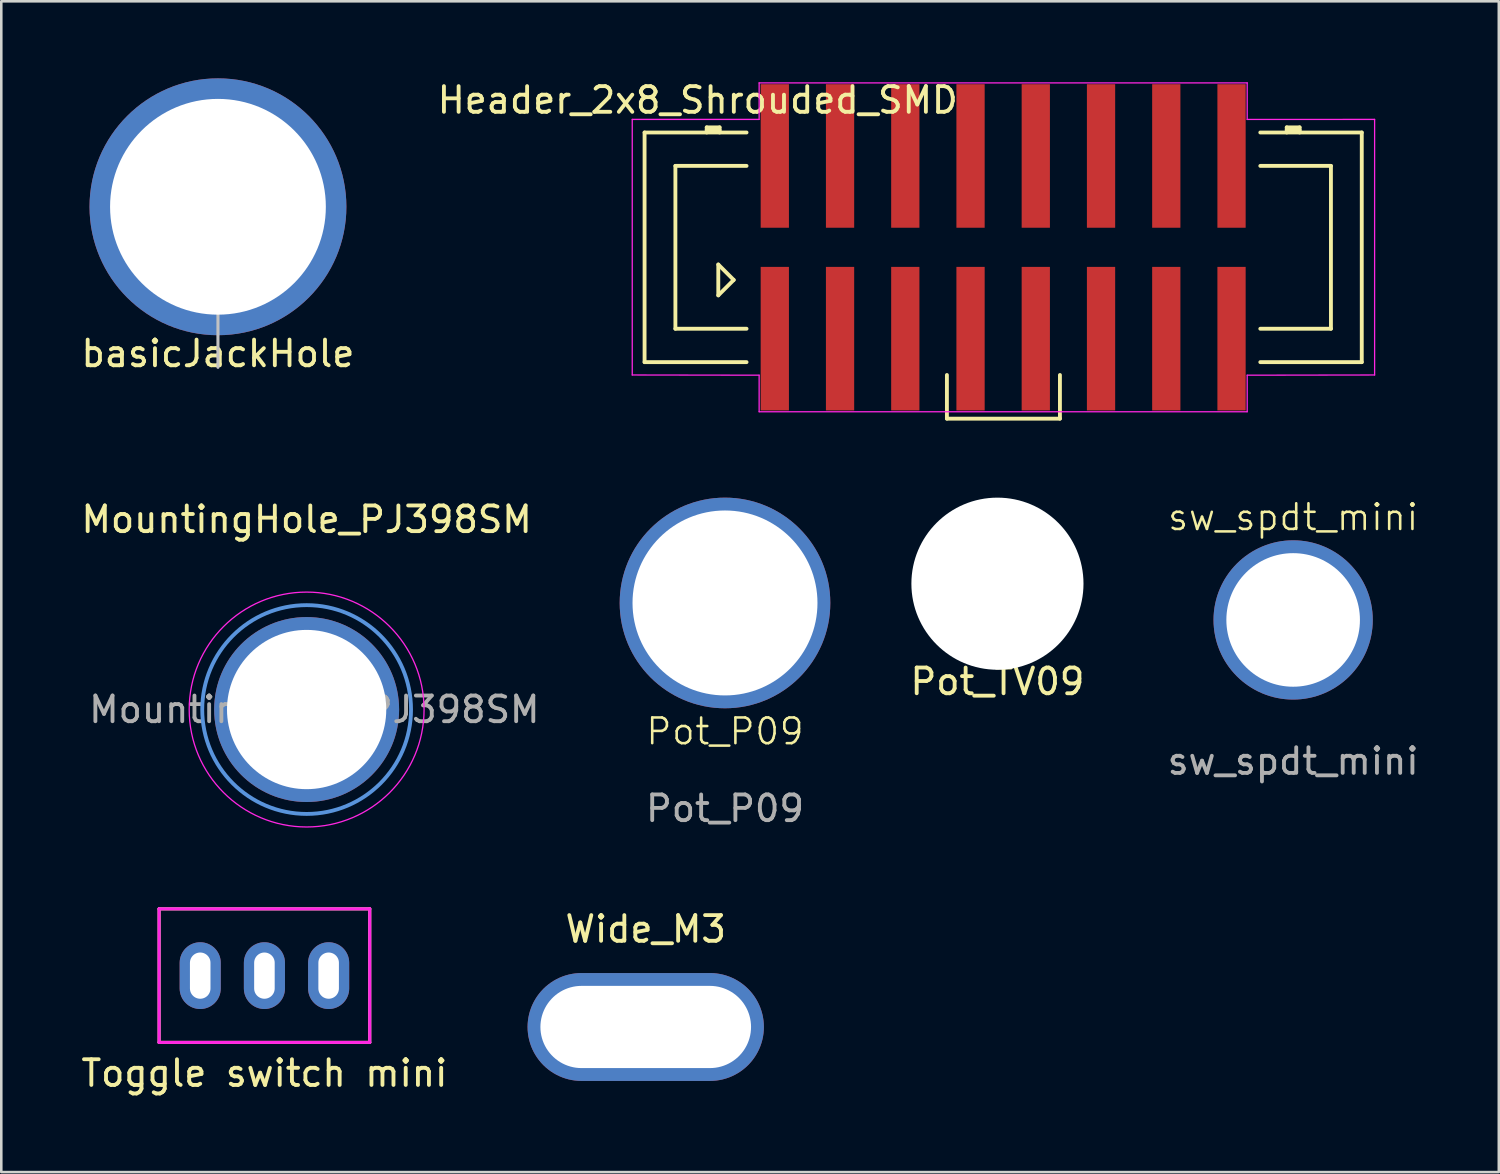
<source format=kicad_pcb>
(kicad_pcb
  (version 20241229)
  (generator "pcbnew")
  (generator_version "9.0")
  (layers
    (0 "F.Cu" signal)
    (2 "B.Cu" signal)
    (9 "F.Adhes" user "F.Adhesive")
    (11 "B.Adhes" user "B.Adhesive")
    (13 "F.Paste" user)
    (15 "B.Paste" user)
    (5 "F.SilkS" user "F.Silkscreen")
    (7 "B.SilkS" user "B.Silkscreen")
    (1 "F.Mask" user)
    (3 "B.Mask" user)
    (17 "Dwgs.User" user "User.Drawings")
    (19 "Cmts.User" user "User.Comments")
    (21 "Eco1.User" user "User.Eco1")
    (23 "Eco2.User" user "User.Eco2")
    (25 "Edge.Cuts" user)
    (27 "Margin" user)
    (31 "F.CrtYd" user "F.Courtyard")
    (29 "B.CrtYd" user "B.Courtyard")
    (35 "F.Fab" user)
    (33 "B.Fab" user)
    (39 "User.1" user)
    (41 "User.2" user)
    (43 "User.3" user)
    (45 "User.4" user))
  (footprint "Pot_P09"
    (layer "F.Cu")
    (at 25.174 20.423)
    (property "Reference" "Pot_P09" (at 0 5 0) (unlocked yes) (layer "F.SilkS") (effects (font (size 1 1) (thickness 0.1))))
    (fp_text user "${REFERENCE}" (at 0 8 0) (unlocked yes) (layer "F.Fab") (effects (font (size 1 1) (thickness 0.15))))
    (pad "1" thru_hole circle (at 0 0) (size 8.2 8.2) (drill 7.2) (layers "*.Cu" "*.Mask")))
  (footprint "Pot_TV09"
    (layer "F.Cu")
    (at 35.78 19.673)
    (property "Reference" "Pot_TV09" (at 0 3.81 0) (layer "F.SilkS") (effects (font (size 1 1) (thickness 0.15))))
    (attr through_hole)
    (pad "" np_thru_hole circle (at 0 0) (size 6.7 6.7) (drill 6.7) (layers "*.Cu" "*.Mask")))
  (footprint "MountingHole_PJ398SM"
    (layer "F.Cu")
    (at 8.887 24.572)
    (property "Reference" "MountingHole_PJ398SM" (at 0 -7.4 0) (layer "F.SilkS") (effects (font (size 1 1) (thickness 0.15))))
    (attr exclude_from_pos_files exclude_from_bom)
    (fp_circle (center 0 0) (end 4.064 0) (stroke (width 0.15) (type solid)) (fill no) (layer "Cmts.User"))
    (fp_circle (center 0 0) (end 4.572 0) (stroke (width 0.05) (type solid)) (fill no) (layer "F.CrtYd"))
    (fp_text user "${REFERENCE}" (at 0.3 0 0) (layer "F.Fab") (effects (font (size 1 1) (thickness 0.15))))
    (pad "1" thru_hole circle (at 0 0) (size 7.2 7.2) (drill 6.2) (layers "*.Cu" "*.Mask")))
  (footprint "Wide_M3"
    (layer "F.Cu")
    (at 22.088 36.93)
    (property "Reference" "Wide_M3" (at 0 -3.81 0) (layer "F.SilkS") (effects (font (size 1 1) (thickness 0.15))))
    (attr through_hole)
    (pad "1" thru_hole oval (at 0 0) (size 9.2 4.2) (drill oval 8.2 3.2) (layers "*.Cu" "*.Mask")))
  (footprint "Toggle switch mini"
    (layer "F.Cu")
    (at 7.244 34.931)
    (property "Reference" "Toggle switch mini" (at 0 3.8 0) (layer "F.SilkS") (effects (font (size 1 1) (thickness 0.15))))
    (attr through_hole)
    (fp_line (start -4.1 -2.6) (end -4.1 2.6) (stroke (width 0.12) (type solid)) (layer "F.SilkS"))
    (fp_line (start -4.1 2.6) (end 4.1 2.6) (stroke (width 0.12) (type solid)) (layer "F.SilkS"))
    (fp_line (start 4.1 -2.6) (end -4.1 -2.6) (stroke (width 0.12) (type solid)) (layer "F.SilkS"))
    (fp_line (start 4.1 2.6) (end 4.1 -2.6) (stroke (width 0.12) (type solid)) (layer "F.SilkS"))
    (fp_line (start -4.1 -2.6) (end -4.1 2.6) (stroke (width 0.12) (type solid)) (layer "F.CrtYd"))
    (fp_line (start -4.1 2.6) (end 4.1 2.6) (stroke (width 0.12) (type solid)) (layer "F.CrtYd"))
    (fp_line (start 4.1 -2.6) (end -4.1 -2.6) (stroke (width 0.12) (type solid)) (layer "F.CrtYd"))
    (fp_line (start 4.1 2.6) (end 4.1 -2.6) (stroke (width 0.12) (type solid)) (layer "F.CrtYd"))
    (pad "1" thru_hole oval (at -2.5 0) (size 1.6 2.6) (drill oval 0.8 1.8) (layers "*.Cu" "*.Mask"))
    (pad "2" thru_hole oval (at 0 0) (size 1.6 2.6) (drill oval 0.8 1.8) (layers "*.Cu" "*.Mask"))
    (pad "3" thru_hole oval (at 2.5 0) (size 1.6 2.6) (drill oval 0.8 1.8) (layers "*.Cu" "*.Mask")))
  (footprint "sw_spdt_mini"
    (layer "F.Cu")
    (at 47.292 21.084)
    (property "Reference" "sw_spdt_mini" (at 0 -4 0) (unlocked yes) (layer "F.SilkS") (effects (font (size 1 1) (thickness 0.1))))
    (fp_text user "${REFERENCE}" (at 0 5.5 0) (unlocked yes) (layer "F.Fab") (effects (font (size 1 1) (thickness 0.15))))
    (pad "1" thru_hole circle (at 0 0) (size 6.2 6.2) (drill 5.2) (layers "*.Cu" "*.Mask")))
  (footprint "basicJackHole"
    (layer "F.Cu")
    (at 5.435 5)
    (property "Reference" "basicJackHole" (at 0 5.715 0) (layer "F.SilkS") (effects (font (size 1 1) (thickness 0.15))))
    (attr through_hole)
    (fp_line (start 3.8 3.2) (end -3.7 3.2) (stroke (width 0.12) (type solid)) (layer "F.Mask"))
    (fp_line (start 0 0) (end 0 6.25) (stroke (width 0.12) (type solid)) (layer "Dwgs.User"))
    (fp_line (start 0 -0.635) (end 0 0.635) (stroke (width 0.12) (type solid)) (layer "F.Fab"))
    (fp_line (start 0.635 0) (end -0.635 0) (stroke (width 0.12) (type solid)) (layer "F.Fab"))
    (pad "1" thru_hole circle (at 0 0) (size 10 10) (drill 8.4) (layers "*.Cu" "*.Mask")))
  (footprint "Header_2x8_Shrouded_SMD"
    (layer "F.Cu")
    (at 27.113 7.848)
    (property "Reference" "Header_2x8_Shrouded_SMD" (at -3 -7 0) (layer "F.SilkS") (effects (font (size 1 1) (thickness 0.15))))
    (attr smd)
    (fp_line (start -5.07 -5.74) (end -1.1 -5.74) (stroke (width 0.15) (type solid)) (layer "F.SilkS"))
    (fp_line (start -5.07 3.2) (end -5.07 -5.74) (stroke (width 0.15) (type solid)) (layer "F.SilkS"))
    (fp_line (start -3.87 -4.44) (end -1.1 -4.44) (stroke (width 0.15) (type solid)) (layer "F.SilkS"))
    (fp_line (start -3.87 1.9) (end -3.87 -4.44) (stroke (width 0.15) (type solid)) (layer "F.SilkS"))
    (fp_line (start -2.65 -5.94) (end -2.15 -5.94) (stroke (width 0.15) (type solid)) (layer "F.SilkS"))
    (fp_line (start -2.65 -5.84) (end -2.15 -5.84) (stroke (width 0.15) (type solid)) (layer "F.SilkS"))
    (fp_line (start -2.65 -5.74) (end -2.65 -5.94) (stroke (width 0.15) (type solid)) (layer "F.SilkS"))
    (fp_line (start -2.2 -0.6) (end -1.6 0) (stroke (width 0.15) (type solid)) (layer "F.SilkS"))
    (fp_line (start -2.2 0.6) (end -2.2 -0.6) (stroke (width 0.15) (type solid)) (layer "F.SilkS"))
    (fp_line (start -2.15 -5.94) (end -2.15 -5.74) (stroke (width 0.15) (type solid)) (layer "F.SilkS"))
    (fp_line (start -1.6 0) (end -2.2 0.6) (stroke (width 0.15) (type solid)) (layer "F.SilkS"))
    (fp_line (start -1.1 1.9) (end -3.87 1.9) (stroke (width 0.15) (type solid)) (layer "F.SilkS"))
    (fp_line (start -1.1 3.2) (end -5.07 3.2) (stroke (width 0.15) (type solid)) (layer "F.SilkS"))
    (fp_line (start 6.7 5.4) (end 6.7 3.7) (stroke (width 0.15) (type default)) (layer "F.SilkS"))
    (fp_line (start 11.1 3.7) (end 11.1 5.4) (stroke (width 0.15) (type default)) (layer "F.SilkS"))
    (fp_line (start 11.1 5.4) (end 6.7 5.4) (stroke (width 0.15) (type default)) (layer "F.SilkS"))
    (fp_line (start 18.9 -5.74) (end 22.85 -5.74) (stroke (width 0.15) (type solid)) (layer "F.SilkS"))
    (fp_line (start 18.9 -4.44) (end 21.65 -4.44) (stroke (width 0.15) (type solid)) (layer "F.SilkS"))
    (fp_line (start 19.93 -5.94) (end 20.43 -5.94) (stroke (width 0.15) (type solid)) (layer "F.SilkS"))
    (fp_line (start 19.93 -5.84) (end 20.43 -5.84) (stroke (width 0.15) (type solid)) (layer "F.SilkS"))
    (fp_line (start 19.93 -5.74) (end 19.93 -5.94) (stroke (width 0.15) (type solid)) (layer "F.SilkS"))
    (fp_line (start 20.43 -5.94) (end 20.43 -5.74) (stroke (width 0.15) (type solid)) (layer "F.SilkS"))
    (fp_line (start 21.65 -4.44) (end 21.65 1.9) (stroke (width 0.15) (type solid)) (layer "F.SilkS"))
    (fp_line (start 21.65 1.9) (end 18.9 1.9) (stroke (width 0.15) (type solid)) (layer "F.SilkS"))
    (fp_line (start 22.85 -5.74) (end 22.85 3.2) (stroke (width 0.15) (type solid)) (layer "F.SilkS"))
    (fp_line (start 22.85 3.2) (end 18.9 3.2) (stroke (width 0.15) (type solid)) (layer "F.SilkS"))
    (fp_line (start -5.55 -6.25) (end -0.61 -6.25) (stroke (width 0.05) (type solid)) (layer "F.CrtYd"))
    (fp_line (start -5.55 3.7) (end -5.55 -6.25) (stroke (width 0.05) (type solid)) (layer "F.CrtYd"))
    (fp_line (start -0.61 -7.671) (end 18.39 -7.671) (stroke (width 0.05) (type solid)) (layer "F.CrtYd"))
    (fp_line (start -0.61 -6.25) (end -0.61 -7.671) (stroke (width 0.05) (type solid)) (layer "F.CrtYd"))
    (fp_line (start -0.61 3.708) (end -5.55 3.7) (stroke (width 0.05) (type solid)) (layer "F.CrtYd"))
    (fp_line (start -0.61 5.131) (end -0.61 3.708) (stroke (width 0.05) (type solid)) (layer "F.CrtYd"))
    (fp_line (start 18.39 -6.248) (end 18.39 -7.671) (stroke (width 0.05) (type solid)) (layer "F.CrtYd"))
    (fp_line (start 18.39 -6.248) (end 23.35 -6.25) (stroke (width 0.05) (type solid)) (layer "F.CrtYd"))
    (fp_line (start 18.39 3.708) (end 18.39 5.131) (stroke (width 0.05) (type solid)) (layer "F.CrtYd"))
    (fp_line (start 18.39 5.131) (end -0.61 5.131) (stroke (width 0.05) (type solid)) (layer "F.CrtYd"))
    (fp_line (start 23.35 -6.25) (end 23.35 3.7) (stroke (width 0.05) (type solid)) (layer "F.CrtYd"))
    (fp_line (start 23.35 3.7) (end 18.39 3.708) (stroke (width 0.05) (type solid)) (layer "F.CrtYd"))
    (pad "1" smd rect (at 0 2.286) (size 1.1 5.588) (layers "F.Cu" "F.Mask" "F.Paste"))
    (pad "2" smd rect (at 0 -4.826) (size 1.1 5.588) (layers "F.Cu" "F.Mask" "F.Paste"))
    (pad "3" smd rect (at 2.54 2.286) (size 1.1 5.588) (layers "F.Cu" "F.Mask" "F.Paste"))
    (pad "4" smd rect (at 2.54 -4.826) (size 1.1 5.588) (layers "F.Cu" "F.Mask" "F.Paste"))
    (pad "5" smd rect (at 5.08 2.286) (size 1.1 5.588) (layers "F.Cu" "F.Mask" "F.Paste"))
    (pad "6" smd rect (at 5.08 -4.826) (size 1.1 5.588) (layers "F.Cu" "F.Mask" "F.Paste"))
    (pad "7" smd rect (at 7.62 2.286) (size 1.1 5.588) (layers "F.Cu" "F.Mask" "F.Paste"))
    (pad "8" smd rect (at 7.62 -4.826) (size 1.1 5.588) (layers "F.Cu" "F.Mask" "F.Paste"))
    (pad "9" smd rect (at 10.16 2.286) (size 1.1 5.588) (layers "F.Cu" "F.Mask" "F.Paste"))
    (pad "10" smd rect (at 10.16 -4.826) (size 1.1 5.588) (layers "F.Cu" "F.Mask" "F.Paste"))
    (pad "11" smd rect (at 12.7 2.286) (size 1.1 5.588) (layers "F.Cu" "F.Mask" "F.Paste"))
    (pad "12" smd rect (at 12.7 -4.826) (size 1.1 5.588) (layers "F.Cu" "F.Mask" "F.Paste"))
    (pad "13" smd rect (at 15.24 2.286) (size 1.1 5.588) (layers "F.Cu" "F.Mask" "F.Paste"))
    (pad "14" smd rect (at 15.24 -4.826) (size 1.1 5.588) (layers "F.Cu" "F.Mask" "F.Paste"))
    (pad "15" smd rect (at 17.78 2.286) (size 1.1 5.588) (layers "F.Cu" "F.Mask" "F.Paste"))
    (pad "16" smd rect (at 17.78 -4.826) (size 1.1 5.588) (layers "F.Cu" "F.Mask" "F.Paste")))
  (gr_rect
    (start -3 -3)
    (end 55.298 42.58)
    (stroke (width 0.1) (type default))
    (fill no)
    (layer "Edge.Cuts")))
</source>
